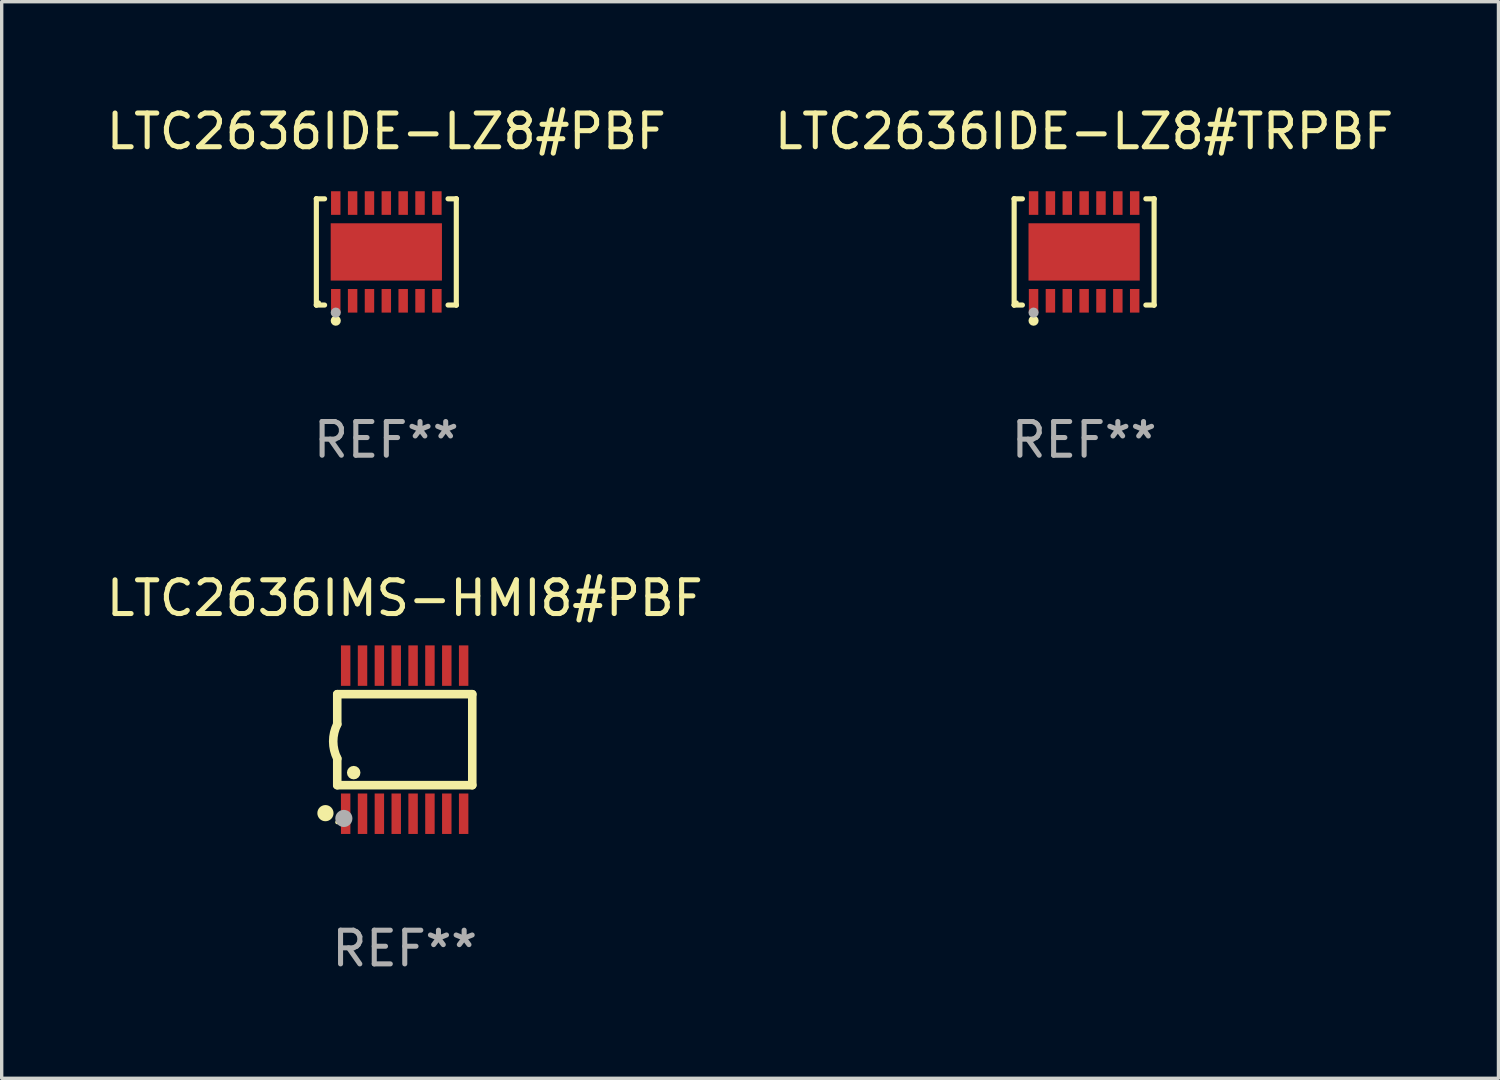
<source format=kicad_pcb>
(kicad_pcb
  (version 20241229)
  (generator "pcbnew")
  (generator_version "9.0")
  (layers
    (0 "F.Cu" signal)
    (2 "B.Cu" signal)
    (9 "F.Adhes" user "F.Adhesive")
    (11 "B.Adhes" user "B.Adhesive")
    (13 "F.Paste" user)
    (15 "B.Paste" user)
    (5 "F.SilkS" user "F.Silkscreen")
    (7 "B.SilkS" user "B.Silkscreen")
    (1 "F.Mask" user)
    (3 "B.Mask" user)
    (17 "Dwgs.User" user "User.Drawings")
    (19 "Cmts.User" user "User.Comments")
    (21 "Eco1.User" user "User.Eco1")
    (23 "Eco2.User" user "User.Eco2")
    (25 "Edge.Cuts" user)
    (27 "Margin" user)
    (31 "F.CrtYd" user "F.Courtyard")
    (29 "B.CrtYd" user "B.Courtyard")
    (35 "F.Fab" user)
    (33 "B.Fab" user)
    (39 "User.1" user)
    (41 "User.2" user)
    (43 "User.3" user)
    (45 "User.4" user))
  (footprint "LTC2636IDE-LZ8#TRPBF"
    (layer "F.Cu")
    (at 29.113 4.424)
    (property "Reference" "LTC2636IDE-LZ8#TRPBF" (at 0 -3.576 0) (layer "F.SilkS") (effects (font (size 1 1) (thickness 0.15))))
    (attr through_hole)
    (fp_line (start -2.076 -1.576) (end -2.076 -1.576) (stroke (width 0.152) (type solid)) (layer "F.SilkS"))
    (fp_line (start -2.076 -1.576) (end -1.831 -1.576) (stroke (width 0.152) (type solid)) (layer "F.SilkS"))
    (fp_line (start -2.076 1.576) (end -2.076 -1.576) (stroke (width 0.152) (type solid)) (layer "F.SilkS"))
    (fp_line (start -2.076 1.576) (end -2.076 1.576) (stroke (width 0.152) (type solid)) (layer "F.SilkS"))
    (fp_line (start -1.831 1.576) (end -2.076 1.576) (stroke (width 0.152) (type solid)) (layer "F.SilkS"))
    (fp_line (start 1.831 1.576) (end 2.076 1.576) (stroke (width 0.152) (type solid)) (layer "F.SilkS"))
    (fp_line (start 2.076 -1.576) (end 1.831 -1.576) (stroke (width 0.152) (type solid)) (layer "F.SilkS"))
    (fp_line (start 2.076 -1.576) (end 2.076 -1.576) (stroke (width 0.152) (type solid)) (layer "F.SilkS"))
    (fp_line (start 2.076 1.576) (end 2.076 -1.576) (stroke (width 0.152) (type solid)) (layer "F.SilkS"))
    (fp_line (start 2.076 1.576) (end 2.076 1.576) (stroke (width 0.152) (type solid)) (layer "F.SilkS"))
    (fp_circle (center -2 1.5) (end -1.97 1.5) (stroke (width 0.06) (type solid)) (fill no) (layer "F.SilkS"))
    (fp_circle (center -1.5 2.04) (end -1.425 2.04) (stroke (width 0.15) (type solid)) (fill no) (layer "F.SilkS"))
    (fp_circle (center -1.5 1.8) (end -1.425 1.8) (stroke (width 0.15) (type solid)) (fill no) (layer "F.Fab"))
    (fp_text user "REF**" (at 0 5.576 0) (layer "F.Fab") (effects (font (size 1 1) (thickness 0.15))))
    (pad "1" smd rect (at -1.5 1.45) (size 0.28 0.7) (layers "F.Cu" "F.Mask" "F.Paste"))
    (pad "2" smd rect (at -1 1.45) (size 0.28 0.7) (layers "F.Cu" "F.Mask" "F.Paste"))
    (pad "3" smd rect (at -0.5 1.45) (size 0.28 0.7) (layers "F.Cu" "F.Mask" "F.Paste"))
    (pad "4" smd rect (at 0 1.45) (size 0.28 0.7) (layers "F.Cu" "F.Mask" "F.Paste"))
    (pad "5" smd rect (at 0.5 1.45) (size 0.28 0.7) (layers "F.Cu" "F.Mask" "F.Paste"))
    (pad "6" smd rect (at 1 1.45) (size 0.28 0.7) (layers "F.Cu" "F.Mask" "F.Paste"))
    (pad "7" smd rect (at 1.5 1.45) (size 0.28 0.7) (layers "F.Cu" "F.Mask" "F.Paste"))
    (pad "8" smd rect (at 1.5 -1.45) (size 0.28 0.7) (layers "F.Cu" "F.Mask" "F.Paste"))
    (pad "9" smd rect (at 1 -1.45) (size 0.28 0.7) (layers "F.Cu" "F.Mask" "F.Paste"))
    (pad "10" smd rect (at 0.5 -1.45) (size 0.28 0.7) (layers "F.Cu" "F.Mask" "F.Paste"))
    (pad "11" smd rect (at 0 -1.45) (size 0.28 0.7) (layers "F.Cu" "F.Mask" "F.Paste"))
    (pad "12" smd rect (at -0.5 -1.45) (size 0.28 0.7) (layers "F.Cu" "F.Mask" "F.Paste"))
    (pad "13" smd rect (at -1 -1.45) (size 0.28 0.7) (layers "F.Cu" "F.Mask" "F.Paste"))
    (pad "14" smd rect (at -1.5 -1.45) (size 0.28 0.7) (layers "F.Cu" "F.Mask" "F.Paste"))
    (pad "15" smd rect (at 0 0) (size 3.3 1.7) (layers "F.Cu" "F.Mask" "F.Paste")))
  (footprint "LTC2636IMS-HMI8#PBF"
    (layer "F.Cu")
    (at 8.958 18.894)
    (property "Reference" "LTC2636IMS-HMI8#PBF" (at 0 -4.197 0) (layer "F.SilkS") (effects (font (size 1 1) (thickness 0.15))))
    (attr through_hole)
    (fp_line (start -2.003 -1.35) (end -2.003 -0.457) (stroke (width 0.254) (type solid)) (layer "F.SilkS"))
    (fp_line (start -2.003 -1.35) (end 2.003 -1.35) (stroke (width 0.254) (type solid)) (layer "F.SilkS"))
    (fp_line (start -2.003 1.35) (end -2.003 0.559) (stroke (width 0.254) (type solid)) (layer "F.SilkS"))
    (fp_line (start -2.003 1.35) (end 2.003 1.35) (stroke (width 0.254) (type solid)) (layer "F.SilkS"))
    (fp_line (start 2.003 -1.35) (end 2.003 1.35) (stroke (width 0.254) (type solid)) (layer "F.SilkS"))
    (fp_arc (start -2.002286 0.558802) (mid -2.122556 0.05092) (end -2.003302 -0.457201) (stroke (width 0.254001) (type solid)) (layer "F.SilkS"))
    (fp_circle (center -2.353 2.18) (end -2.233 2.18) (stroke (width 0.24) (type solid)) (fill no) (layer "F.SilkS"))
    (fp_circle (center -2.003 2.45) (end -1.973 2.45) (stroke (width 0.06) (type solid)) (fill no) (layer "F.SilkS"))
    (fp_circle (center -1.515 0.978) (end -1.415 0.978) (stroke (width 0.2) (type solid)) (fill no) (layer "F.SilkS"))
    (fp_circle (center -1.807 2.337) (end -1.68 2.337) (stroke (width 0.254) (type solid)) (fill no) (layer "F.Fab"))
    (fp_text user "REF**" (at 0 6.197 0) (layer "F.Fab") (effects (font (size 1 1) (thickness 0.15))))
    (pad "1" smd rect (at -1.753 2.197 90) (size 1.2 0.28) (layers "F.Cu" "F.Mask" "F.Paste"))
    (pad "2" smd rect (at -1.253 2.197 90) (size 1.2 0.28) (layers "F.Cu" "F.Mask" "F.Paste"))
    (pad "3" smd rect (at -0.753 2.197 90) (size 1.2 0.28) (layers "F.Cu" "F.Mask" "F.Paste"))
    (pad "4" smd rect (at -0.253 2.197 90) (size 1.2 0.28) (layers "F.Cu" "F.Mask" "F.Paste"))
    (pad "5" smd rect (at 0.247 2.197 90) (size 1.2 0.28) (layers "F.Cu" "F.Mask" "F.Paste"))
    (pad "6" smd rect (at 0.747 2.197 90) (size 1.2 0.28) (layers "F.Cu" "F.Mask" "F.Paste"))
    (pad "7" smd rect (at 1.247 2.197 90) (size 1.2 0.28) (layers "F.Cu" "F.Mask" "F.Paste"))
    (pad "8" smd rect (at 1.747 2.197 90) (size 1.2 0.28) (layers "F.Cu" "F.Mask" "F.Paste"))
    (pad "9" smd rect (at 1.747 -2.197 90) (size 1.2 0.28) (layers "F.Cu" "F.Mask" "F.Paste"))
    (pad "10" smd rect (at 1.247 -2.197 90) (size 1.2 0.28) (layers "F.Cu" "F.Mask" "F.Paste"))
    (pad "11" smd rect (at 0.747 -2.197 90) (size 1.2 0.28) (layers "F.Cu" "F.Mask" "F.Paste"))
    (pad "12" smd rect (at 0.247 -2.197 90) (size 1.2 0.28) (layers "F.Cu" "F.Mask" "F.Paste"))
    (pad "13" smd rect (at -0.253 -2.197 90) (size 1.2 0.28) (layers "F.Cu" "F.Mask" "F.Paste"))
    (pad "14" smd rect (at -0.753 -2.197 90) (size 1.2 0.28) (layers "F.Cu" "F.Mask" "F.Paste"))
    (pad "15" smd rect (at -1.253 -2.197 90) (size 1.2 0.28) (layers "F.Cu" "F.Mask" "F.Paste"))
    (pad "16" smd rect (at -1.753 -2.197 90) (size 1.2 0.28) (layers "F.Cu" "F.Mask" "F.Paste")))
  (footprint "LTC2636IDE-LZ8#PBF"
    (layer "F.Cu")
    (at 8.411 4.424)
    (property "Reference" "LTC2636IDE-LZ8#PBF" (at 0 -3.576 0) (layer "F.SilkS") (effects (font (size 1 1) (thickness 0.15))))
    (attr through_hole)
    (fp_line (start -2.076 -1.576) (end -2.076 -1.576) (stroke (width 0.152) (type solid)) (layer "F.SilkS"))
    (fp_line (start -2.076 -1.576) (end -1.831 -1.576) (stroke (width 0.152) (type solid)) (layer "F.SilkS"))
    (fp_line (start -2.076 1.576) (end -2.076 -1.576) (stroke (width 0.152) (type solid)) (layer "F.SilkS"))
    (fp_line (start -2.076 1.576) (end -2.076 1.576) (stroke (width 0.152) (type solid)) (layer "F.SilkS"))
    (fp_line (start -1.831 1.576) (end -2.076 1.576) (stroke (width 0.152) (type solid)) (layer "F.SilkS"))
    (fp_line (start 1.831 1.576) (end 2.076 1.576) (stroke (width 0.152) (type solid)) (layer "F.SilkS"))
    (fp_line (start 2.076 -1.576) (end 1.831 -1.576) (stroke (width 0.152) (type solid)) (layer "F.SilkS"))
    (fp_line (start 2.076 -1.576) (end 2.076 -1.576) (stroke (width 0.152) (type solid)) (layer "F.SilkS"))
    (fp_line (start 2.076 1.576) (end 2.076 -1.576) (stroke (width 0.152) (type solid)) (layer "F.SilkS"))
    (fp_line (start 2.076 1.576) (end 2.076 1.576) (stroke (width 0.152) (type solid)) (layer "F.SilkS"))
    (fp_circle (center -2 1.5) (end -1.97 1.5) (stroke (width 0.06) (type solid)) (fill no) (layer "F.SilkS"))
    (fp_circle (center -1.5 2.04) (end -1.425 2.04) (stroke (width 0.15) (type solid)) (fill no) (layer "F.SilkS"))
    (fp_circle (center -1.5 1.8) (end -1.425 1.8) (stroke (width 0.15) (type solid)) (fill no) (layer "F.Fab"))
    (fp_text user "REF**" (at 0 5.576 0) (layer "F.Fab") (effects (font (size 1 1) (thickness 0.15))))
    (pad "1" smd rect (at -1.5 1.45) (size 0.28 0.7) (layers "F.Cu" "F.Mask" "F.Paste"))
    (pad "2" smd rect (at -1 1.45) (size 0.28 0.7) (layers "F.Cu" "F.Mask" "F.Paste"))
    (pad "3" smd rect (at -0.5 1.45) (size 0.28 0.7) (layers "F.Cu" "F.Mask" "F.Paste"))
    (pad "4" smd rect (at 0 1.45) (size 0.28 0.7) (layers "F.Cu" "F.Mask" "F.Paste"))
    (pad "5" smd rect (at 0.5 1.45) (size 0.28 0.7) (layers "F.Cu" "F.Mask" "F.Paste"))
    (pad "6" smd rect (at 1 1.45) (size 0.28 0.7) (layers "F.Cu" "F.Mask" "F.Paste"))
    (pad "7" smd rect (at 1.5 1.45) (size 0.28 0.7) (layers "F.Cu" "F.Mask" "F.Paste"))
    (pad "8" smd rect (at 1.5 -1.45) (size 0.28 0.7) (layers "F.Cu" "F.Mask" "F.Paste"))
    (pad "9" smd rect (at 1 -1.45) (size 0.28 0.7) (layers "F.Cu" "F.Mask" "F.Paste"))
    (pad "10" smd rect (at 0.5 -1.45) (size 0.28 0.7) (layers "F.Cu" "F.Mask" "F.Paste"))
    (pad "11" smd rect (at 0 -1.45) (size 0.28 0.7) (layers "F.Cu" "F.Mask" "F.Paste"))
    (pad "12" smd rect (at -0.5 -1.45) (size 0.28 0.7) (layers "F.Cu" "F.Mask" "F.Paste"))
    (pad "13" smd rect (at -1 -1.45) (size 0.28 0.7) (layers "F.Cu" "F.Mask" "F.Paste"))
    (pad "14" smd rect (at -1.5 -1.45) (size 0.28 0.7) (layers "F.Cu" "F.Mask" "F.Paste"))
    (pad "15" smd rect (at 0 0) (size 3.3 1.7) (layers "F.Cu" "F.Mask" "F.Paste")))
  (gr_rect
    (start -3 -3)
    (end 41.405 28.94)
    (stroke (width 0.1) (type default))
    (fill no)
    (layer "Edge.Cuts")))
</source>
